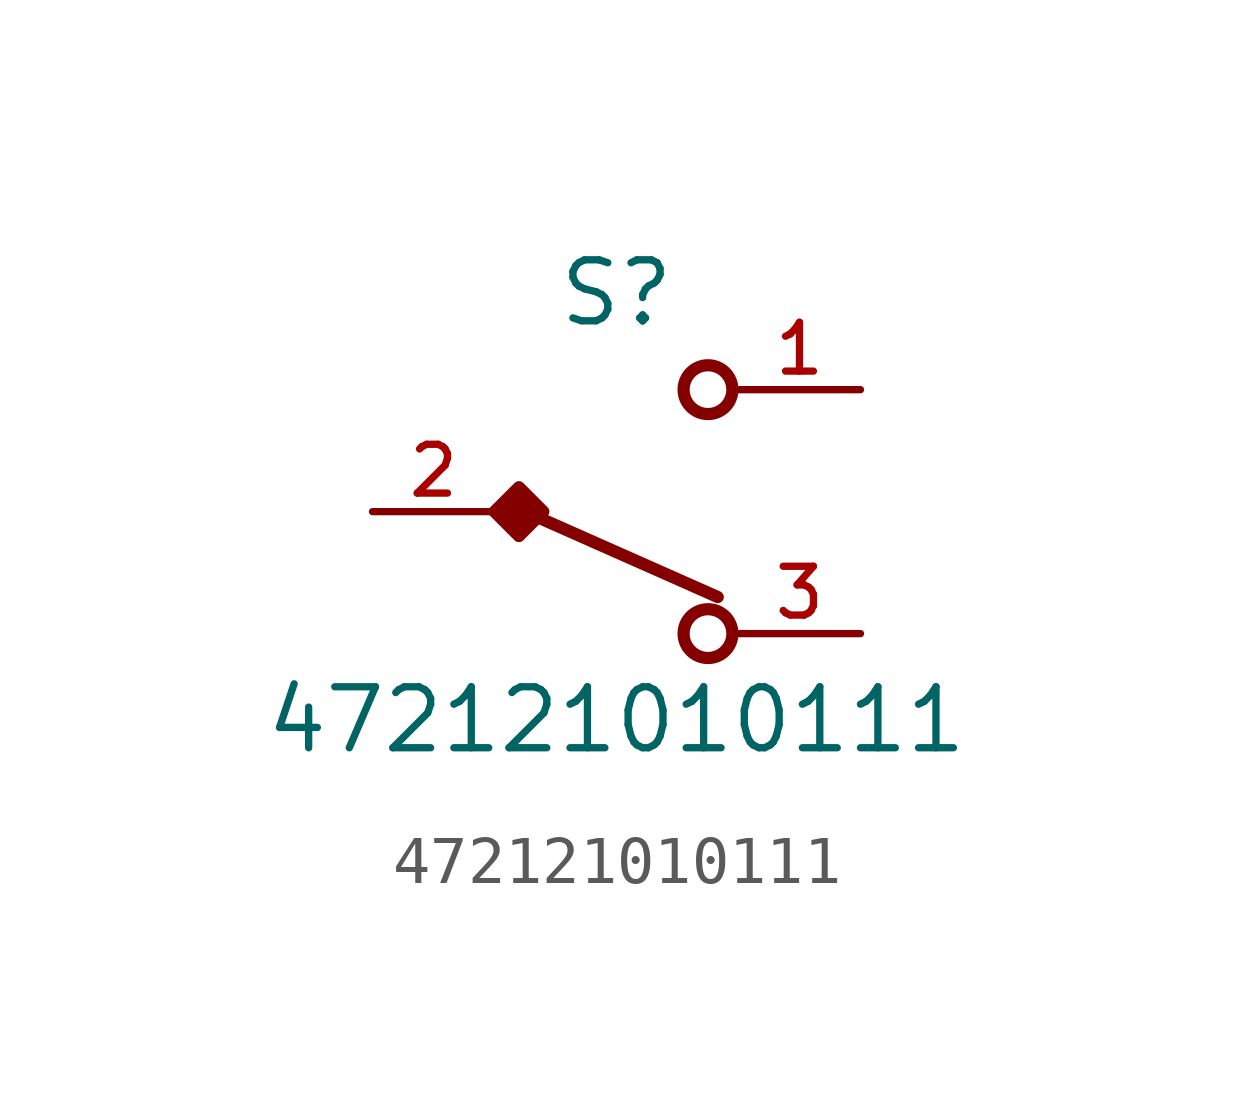
<source format=kicad_sym>
(kicad_symbol_lib
  (version 20211014)
  (generator kicad_symbol_editor)
  (symbol "472121010111"
    (pin_names
      (offset 1.016))
    (property "Reference" "S"
      (at 0.0 3.81 0)
      (effects (font (size 1.27 1.27)) (justify bottom)))
    (property "Value" "472121010111"
      (at 0.0 -5.08 0)
      (effects (font (size 1.27 1.27)) (justify bottom)))
    (symbol "472121010111_0_0"
      (circle (center 1.905 -2.54) (radius 0.508) (stroke (width 0.254)) (fill (type none)))
      (circle (center 1.905 2.54) (radius 0.508) (stroke (width 0.254)) (fill (type none)))
      (polyline (pts (xy -2.032 -0.508) (xy -2.54 0.0) (xy -2.032 0.508) (xy -1.524 0.0) (xy -2.032 -0.508)) (stroke (width 0.254)) (fill (type outline)))
      (polyline (pts (xy -1.905 0.0) (xy 2.108 -1.778)) (stroke (width 0.254)))
      (pin passive line (at -5.08 0.0 0) (length 2.54) (name "~" (effects (font (size 1.016 1.016)))) (number "2" (effects (font (size 1.016 1.016)))))
      (pin passive line (at 5.08 2.54 180.0) (length 2.54) (name "~" (effects (font (size 1.016 1.016)))) (number "1" (effects (font (size 1.016 1.016)))))
      (pin passive line (at 5.08 -2.54 180.0) (length 2.54) (name "~" (effects (font (size 1.016 1.016)))) (number "3" (effects (font (size 1.016 1.016))))))))
</source>
